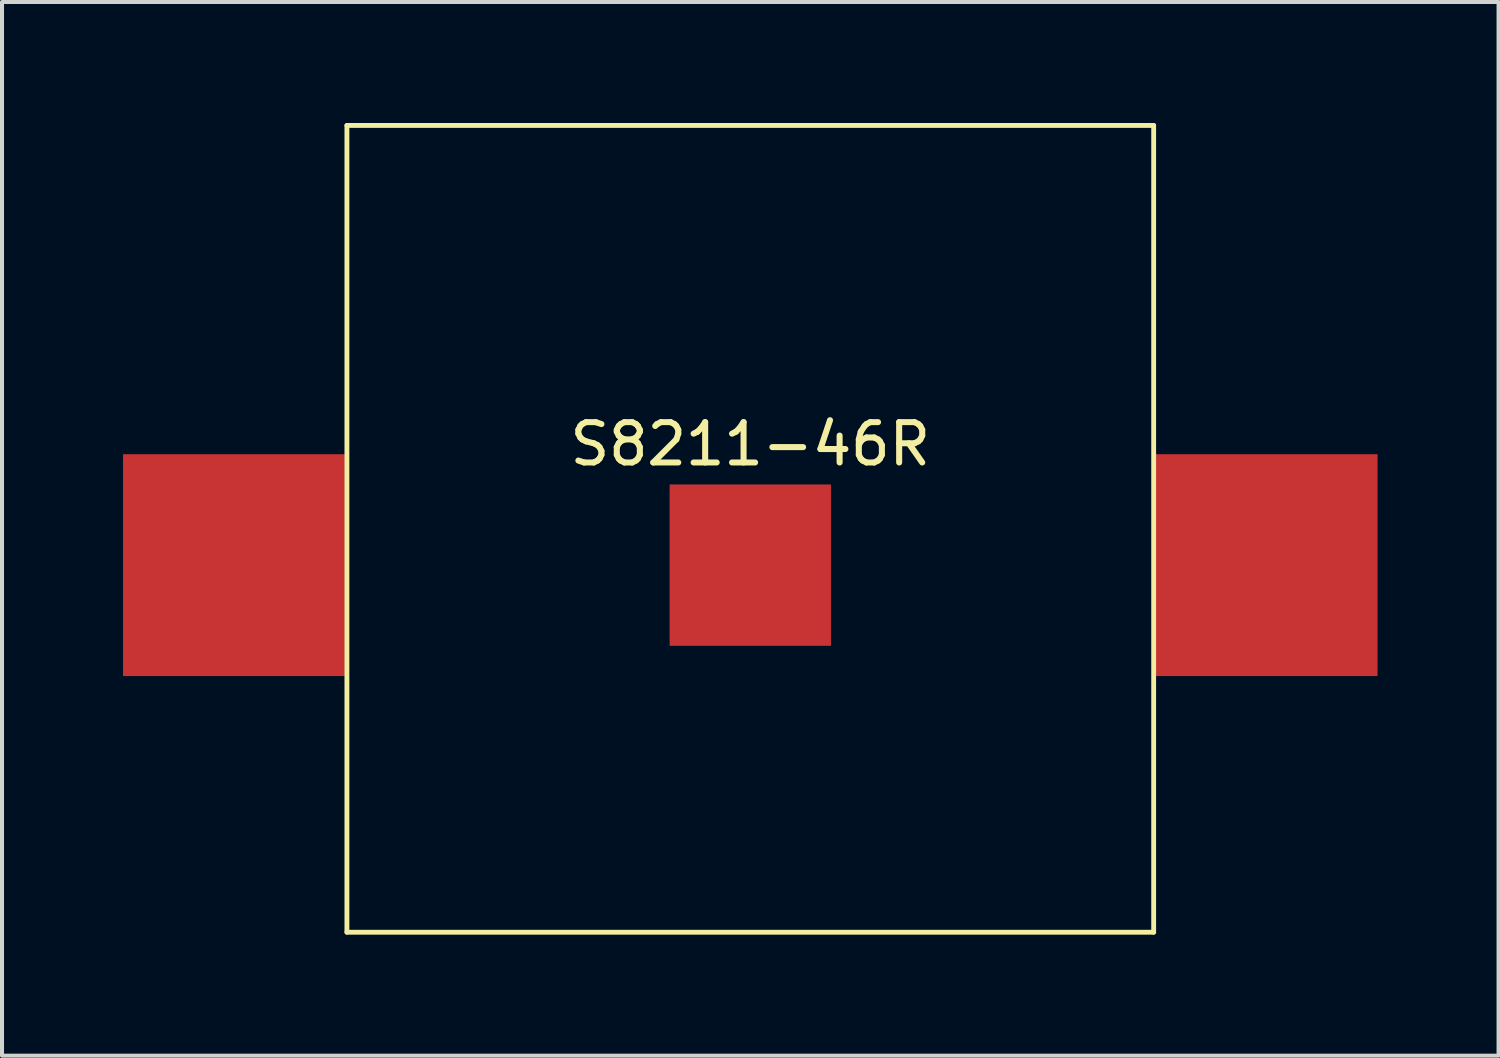
<source format=kicad_pcb>
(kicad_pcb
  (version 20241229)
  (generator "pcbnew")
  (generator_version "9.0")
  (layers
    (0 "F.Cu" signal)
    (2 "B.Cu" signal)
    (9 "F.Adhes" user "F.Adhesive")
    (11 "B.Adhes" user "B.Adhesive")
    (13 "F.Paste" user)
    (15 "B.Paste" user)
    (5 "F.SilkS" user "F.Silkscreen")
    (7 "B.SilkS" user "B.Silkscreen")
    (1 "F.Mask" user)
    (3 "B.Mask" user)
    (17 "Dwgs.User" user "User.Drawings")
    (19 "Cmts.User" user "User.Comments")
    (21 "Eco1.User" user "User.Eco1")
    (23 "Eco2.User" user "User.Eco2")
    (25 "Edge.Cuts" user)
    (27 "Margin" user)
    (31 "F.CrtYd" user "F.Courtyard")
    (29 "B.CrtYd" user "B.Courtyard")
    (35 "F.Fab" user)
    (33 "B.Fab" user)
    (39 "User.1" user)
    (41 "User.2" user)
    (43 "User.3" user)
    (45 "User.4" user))
  (footprint "S8211-46R"
    (layer "F.Cu")
    (at 15.55 10.96)
    (property "Reference" "S8211-46R" (at 0 -3 0) (layer "F.SilkS") (effects (font (size 1 1) (thickness 0.15))))
    (attr through_hole)
    (fp_line (start -10 -10.9) (end -10 9.1) (stroke (width 0.12) (type solid)) (layer "F.SilkS"))
    (fp_line (start -10 -10.9) (end 10 -10.9) (stroke (width 0.12) (type solid)) (layer "F.SilkS"))
    (fp_line (start -10 9.1) (end 10 9.1) (stroke (width 0.12) (type solid)) (layer "F.SilkS"))
    (fp_line (start 10 -10.9) (end 10 9.1) (stroke (width 0.12) (type solid)) (layer "F.SilkS"))
    (pad "1" smd rect (at -12.8 0) (size 5.5 5.5) (layers "F.Cu" "F.Mask" "F.Paste"))
    (pad "1" smd rect (at 12.8 0) (size 5.5 5.5) (layers "F.Cu" "F.Mask" "F.Paste"))
    (pad "2" smd rect (at 0 0) (size 4 4) (layers "F.Cu" "F.Mask" "F.Paste")))
  (gr_rect
    (start -3 -3)
    (end 34.1 23.12)
    (stroke (width 0.1) (type default))
    (fill no)
    (layer "Edge.Cuts")))
</source>
